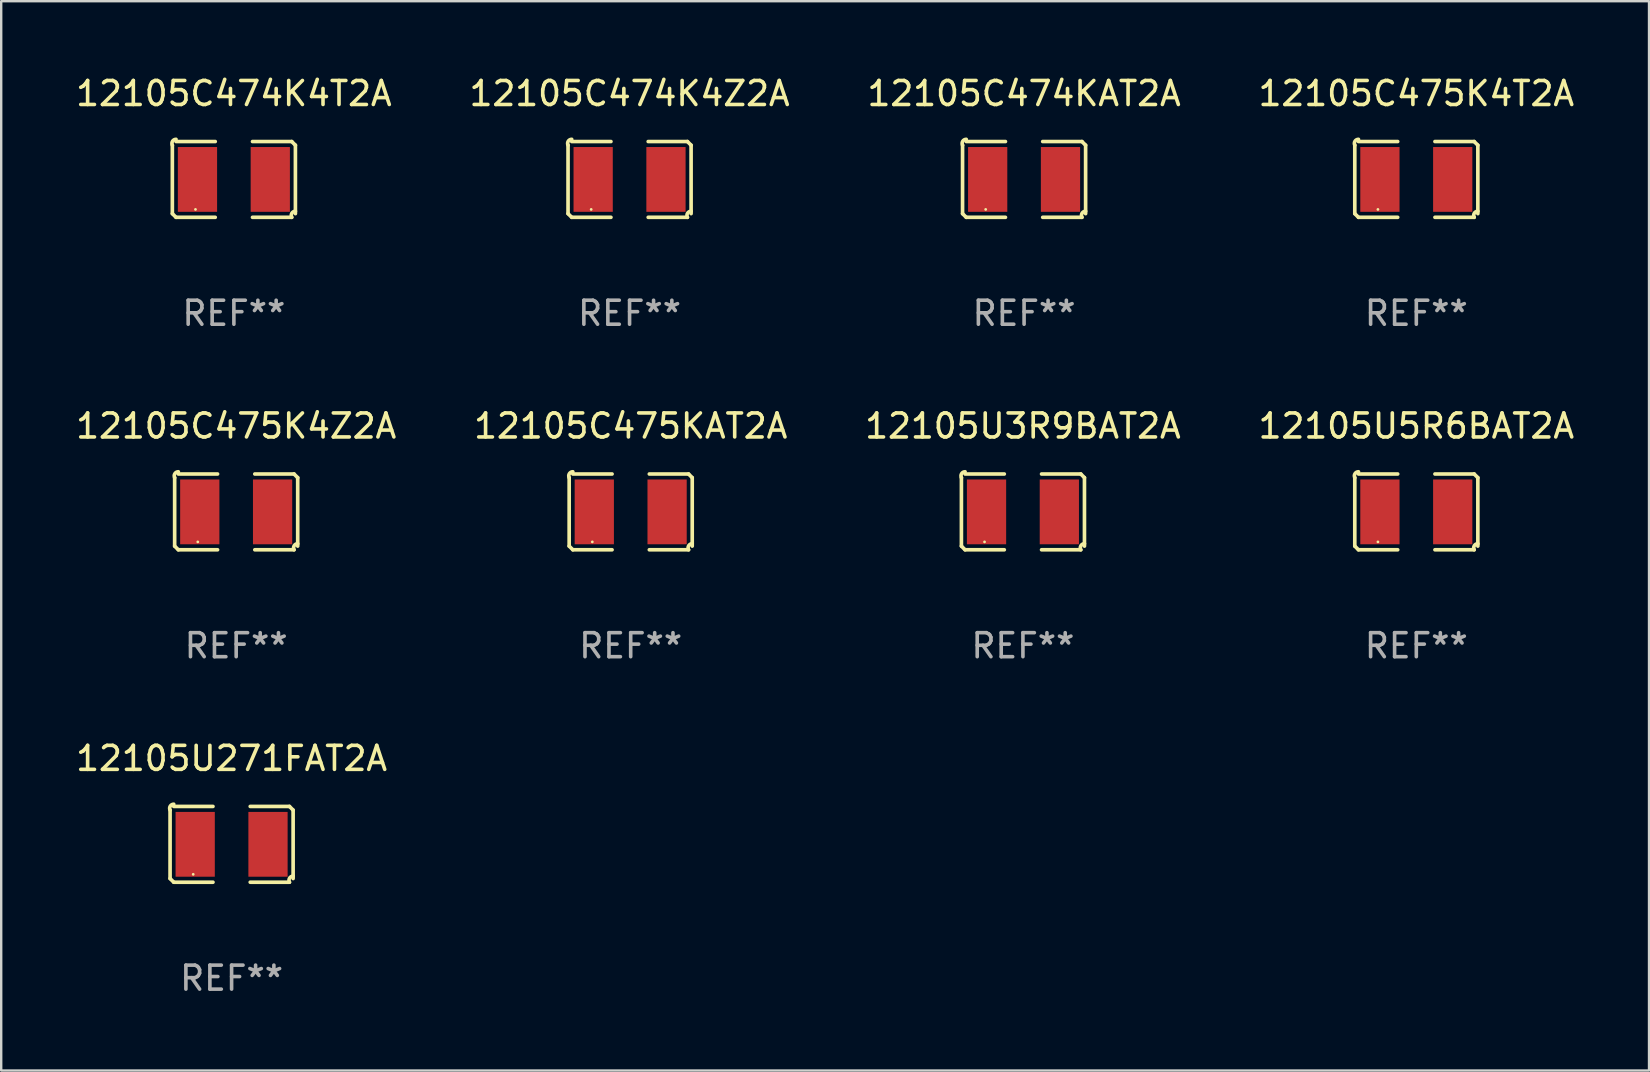
<source format=kicad_pcb>
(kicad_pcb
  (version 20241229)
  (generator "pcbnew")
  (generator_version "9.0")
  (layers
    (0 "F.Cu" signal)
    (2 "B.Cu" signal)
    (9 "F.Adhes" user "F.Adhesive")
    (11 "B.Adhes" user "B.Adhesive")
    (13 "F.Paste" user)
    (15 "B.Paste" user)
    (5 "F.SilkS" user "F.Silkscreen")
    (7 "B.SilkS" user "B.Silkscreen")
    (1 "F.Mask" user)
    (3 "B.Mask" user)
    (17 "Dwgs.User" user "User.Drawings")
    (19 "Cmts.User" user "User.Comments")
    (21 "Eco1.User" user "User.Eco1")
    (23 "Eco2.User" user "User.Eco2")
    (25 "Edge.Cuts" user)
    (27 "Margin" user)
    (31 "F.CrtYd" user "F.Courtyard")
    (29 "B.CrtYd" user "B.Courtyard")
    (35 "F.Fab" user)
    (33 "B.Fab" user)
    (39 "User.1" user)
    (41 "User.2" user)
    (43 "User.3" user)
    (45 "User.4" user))
  (footprint "12105U271FAT2A"
    (layer "F.Cu")
    (at 6.601 32.134)
    (property "Reference" "12105U271FAT2A" (at 0 -3.579 0) (layer "F.SilkS") (effects (font (size 1 1) (thickness 0.15))))
    (attr through_hole)
    (fp_line (start -2.564 1.426) (end -2.564 -1.426) (stroke (width 0.152) (type solid)) (layer "F.SilkS"))
    (fp_line (start -2.411 -1.579) (end -0.776 -1.579) (stroke (width 0.152) (type solid)) (layer "F.SilkS"))
    (fp_line (start -0.776 1.579) (end -2.411 1.579) (stroke (width 0.152) (type solid)) (layer "F.SilkS"))
    (fp_line (start 0.776 1.579) (end 2.411 1.579) (stroke (width 0.152) (type solid)) (layer "F.SilkS"))
    (fp_line (start 2.411 -1.579) (end 0.776 -1.579) (stroke (width 0.152) (type solid)) (layer "F.SilkS"))
    (fp_line (start 2.564 1.426) (end 2.564 -1.426) (stroke (width 0.152) (type solid)) (layer "F.SilkS"))
    (fp_arc (start -2.563602 -1.426213) (mid -2.555597 -1.591233) (end -2.411201 -1.671518) (stroke (width 0.1524) (type solid)) (layer "F.SilkS"))
    (fp_arc (start -2.5636 1.426214) (mid -2.487389 1.502402) (end -2.411201 1.578613) (stroke (width 0.1524) (type solid)) (layer "F.SilkS"))
    (fp_arc (start 2.411197 -1.578618) (mid 2.487403 -1.502419) (end 2.563602 -1.426213) (stroke (width 0.1524) (type solid)) (layer "F.SilkS"))
    (fp_arc (start 2.411201 1.578613) (mid 2.416214 1.409455) (end 2.563602 1.32629) (stroke (width 0.1524) (type solid)) (layer "F.SilkS"))
    (fp_circle (center -1.6 1.25) (end -1.57 1.25) (stroke (width 0.06) (type solid)) (fill no) (layer "F.SilkS"))
    (fp_text user "REF**" (at 0 5.579 0) (layer "F.Fab") (effects (font (size 1 1) (thickness 0.15))))
    (pad "1" smd rect (at -1.517 0) (size 1.635 2.7) (layers "F.Cu" "F.Mask" "F.Paste"))
    (pad "2" smd rect (at 1.517 0) (size 1.635 2.7) (layers "F.Cu" "F.Mask" "F.Paste")))
  (footprint "12105U5R6BAT2A"
    (layer "F.Cu")
    (at 55.97 18.281)
    (property "Reference" "12105U5R6BAT2A" (at 0 -3.579 0) (layer "F.SilkS") (effects (font (size 1 1) (thickness 0.15))))
    (attr through_hole)
    (fp_line (start -2.564 1.426) (end -2.564 -1.426) (stroke (width 0.152) (type solid)) (layer "F.SilkS"))
    (fp_line (start -2.411 -1.579) (end -0.776 -1.579) (stroke (width 0.152) (type solid)) (layer "F.SilkS"))
    (fp_line (start -0.776 1.579) (end -2.411 1.579) (stroke (width 0.152) (type solid)) (layer "F.SilkS"))
    (fp_line (start 0.776 1.579) (end 2.411 1.579) (stroke (width 0.152) (type solid)) (layer "F.SilkS"))
    (fp_line (start 2.411 -1.579) (end 0.776 -1.579) (stroke (width 0.152) (type solid)) (layer "F.SilkS"))
    (fp_line (start 2.564 1.426) (end 2.564 -1.426) (stroke (width 0.152) (type solid)) (layer "F.SilkS"))
    (fp_arc (start -2.563602 -1.426213) (mid -2.555597 -1.591233) (end -2.411201 -1.671518) (stroke (width 0.1524) (type solid)) (layer "F.SilkS"))
    (fp_arc (start -2.5636 1.426214) (mid -2.487389 1.502402) (end -2.411201 1.578613) (stroke (width 0.1524) (type solid)) (layer "F.SilkS"))
    (fp_arc (start 2.411197 -1.578618) (mid 2.487403 -1.502419) (end 2.563602 -1.426213) (stroke (width 0.1524) (type solid)) (layer "F.SilkS"))
    (fp_arc (start 2.411201 1.578613) (mid 2.416214 1.409455) (end 2.563602 1.32629) (stroke (width 0.1524) (type solid)) (layer "F.SilkS"))
    (fp_circle (center -1.6 1.25) (end -1.57 1.25) (stroke (width 0.06) (type solid)) (fill no) (layer "F.SilkS"))
    (fp_text user "REF**" (at 0 5.579 0) (layer "F.Fab") (effects (font (size 1 1) (thickness 0.15))))
    (pad "1" smd rect (at -1.517 0) (size 1.635 2.7) (layers "F.Cu" "F.Mask" "F.Paste"))
    (pad "2" smd rect (at 1.517 0) (size 1.635 2.7) (layers "F.Cu" "F.Mask" "F.Paste")))
  (footprint "12105C475KAT2A"
    (layer "F.Cu")
    (at 23.232 18.281)
    (property "Reference" "12105C475KAT2A" (at 0 -3.579 0) (layer "F.SilkS") (effects (font (size 1 1) (thickness 0.15))))
    (attr through_hole)
    (fp_line (start -2.564 1.426) (end -2.564 -1.426) (stroke (width 0.152) (type solid)) (layer "F.SilkS"))
    (fp_line (start -2.411 -1.579) (end -0.776 -1.579) (stroke (width 0.152) (type solid)) (layer "F.SilkS"))
    (fp_line (start -0.776 1.579) (end -2.411 1.579) (stroke (width 0.152) (type solid)) (layer "F.SilkS"))
    (fp_line (start 0.776 1.579) (end 2.411 1.579) (stroke (width 0.152) (type solid)) (layer "F.SilkS"))
    (fp_line (start 2.411 -1.579) (end 0.776 -1.579) (stroke (width 0.152) (type solid)) (layer "F.SilkS"))
    (fp_line (start 2.564 1.426) (end 2.564 -1.426) (stroke (width 0.152) (type solid)) (layer "F.SilkS"))
    (fp_arc (start -2.563602 -1.426213) (mid -2.555597 -1.591233) (end -2.411201 -1.671518) (stroke (width 0.1524) (type solid)) (layer "F.SilkS"))
    (fp_arc (start -2.5636 1.426214) (mid -2.487389 1.502402) (end -2.411201 1.578613) (stroke (width 0.1524) (type solid)) (layer "F.SilkS"))
    (fp_arc (start 2.411197 -1.578618) (mid 2.487403 -1.502419) (end 2.563602 -1.426213) (stroke (width 0.1524) (type solid)) (layer "F.SilkS"))
    (fp_arc (start 2.411201 1.578613) (mid 2.416214 1.409455) (end 2.563602 1.32629) (stroke (width 0.1524) (type solid)) (layer "F.SilkS"))
    (fp_circle (center -1.6 1.25) (end -1.57 1.25) (stroke (width 0.06) (type solid)) (fill no) (layer "F.SilkS"))
    (fp_text user "REF**" (at 0 5.579 0) (layer "F.Fab") (effects (font (size 1 1) (thickness 0.15))))
    (pad "1" smd rect (at -1.517 0) (size 1.635 2.7) (layers "F.Cu" "F.Mask" "F.Paste"))
    (pad "2" smd rect (at 1.517 0) (size 1.635 2.7) (layers "F.Cu" "F.Mask" "F.Paste")))
  (footprint "12105C474KAT2A"
    (layer "F.Cu")
    (at 39.625 4.427)
    (property "Reference" "12105C474KAT2A" (at 0 -3.579 0) (layer "F.SilkS") (effects (font (size 1 1) (thickness 0.15))))
    (attr through_hole)
    (fp_line (start -2.564 1.426) (end -2.564 -1.426) (stroke (width 0.152) (type solid)) (layer "F.SilkS"))
    (fp_line (start -2.411 -1.579) (end -0.776 -1.579) (stroke (width 0.152) (type solid)) (layer "F.SilkS"))
    (fp_line (start -0.776 1.579) (end -2.411 1.579) (stroke (width 0.152) (type solid)) (layer "F.SilkS"))
    (fp_line (start 0.776 1.579) (end 2.411 1.579) (stroke (width 0.152) (type solid)) (layer "F.SilkS"))
    (fp_line (start 2.411 -1.579) (end 0.776 -1.579) (stroke (width 0.152) (type solid)) (layer "F.SilkS"))
    (fp_line (start 2.564 1.426) (end 2.564 -1.426) (stroke (width 0.152) (type solid)) (layer "F.SilkS"))
    (fp_arc (start -2.563602 -1.426213) (mid -2.555597 -1.591233) (end -2.411201 -1.671518) (stroke (width 0.1524) (type solid)) (layer "F.SilkS"))
    (fp_arc (start -2.5636 1.426214) (mid -2.487389 1.502402) (end -2.411201 1.578613) (stroke (width 0.1524) (type solid)) (layer "F.SilkS"))
    (fp_arc (start 2.411197 -1.578618) (mid 2.487403 -1.502419) (end 2.563602 -1.426213) (stroke (width 0.1524) (type solid)) (layer "F.SilkS"))
    (fp_arc (start 2.411201 1.578613) (mid 2.416214 1.409455) (end 2.563602 1.32629) (stroke (width 0.1524) (type solid)) (layer "F.SilkS"))
    (fp_circle (center -1.6 1.25) (end -1.57 1.25) (stroke (width 0.06) (type solid)) (fill no) (layer "F.SilkS"))
    (fp_text user "REF**" (at 0 5.579 0) (layer "F.Fab") (effects (font (size 1 1) (thickness 0.15))))
    (pad "1" smd rect (at -1.517 0) (size 1.635 2.7) (layers "F.Cu" "F.Mask" "F.Paste"))
    (pad "2" smd rect (at 1.517 0) (size 1.635 2.7) (layers "F.Cu" "F.Mask" "F.Paste")))
  (footprint "12105C474K4T2A"
    (layer "F.Cu")
    (at 6.696 4.427)
    (property "Reference" "12105C474K4T2A" (at 0 -3.579 0) (layer "F.SilkS") (effects (font (size 1 1) (thickness 0.15))))
    (attr through_hole)
    (fp_line (start -2.564 1.426) (end -2.564 -1.426) (stroke (width 0.152) (type solid)) (layer "F.SilkS"))
    (fp_line (start -2.411 -1.579) (end -0.776 -1.579) (stroke (width 0.152) (type solid)) (layer "F.SilkS"))
    (fp_line (start -0.776 1.579) (end -2.411 1.579) (stroke (width 0.152) (type solid)) (layer "F.SilkS"))
    (fp_line (start 0.776 1.579) (end 2.411 1.579) (stroke (width 0.152) (type solid)) (layer "F.SilkS"))
    (fp_line (start 2.411 -1.579) (end 0.776 -1.579) (stroke (width 0.152) (type solid)) (layer "F.SilkS"))
    (fp_line (start 2.564 1.426) (end 2.564 -1.426) (stroke (width 0.152) (type solid)) (layer "F.SilkS"))
    (fp_arc (start -2.563602 -1.426213) (mid -2.555597 -1.591233) (end -2.411201 -1.671518) (stroke (width 0.1524) (type solid)) (layer "F.SilkS"))
    (fp_arc (start -2.5636 1.426214) (mid -2.487389 1.502402) (end -2.411201 1.578613) (stroke (width 0.1524) (type solid)) (layer "F.SilkS"))
    (fp_arc (start 2.411197 -1.578618) (mid 2.487403 -1.502419) (end 2.563602 -1.426213) (stroke (width 0.1524) (type solid)) (layer "F.SilkS"))
    (fp_arc (start 2.411201 1.578613) (mid 2.416214 1.409455) (end 2.563602 1.32629) (stroke (width 0.1524) (type solid)) (layer "F.SilkS"))
    (fp_circle (center -1.6 1.25) (end -1.57 1.25) (stroke (width 0.06) (type solid)) (fill no) (layer "F.SilkS"))
    (fp_text user "REF**" (at 0 5.579 0) (layer "F.Fab") (effects (font (size 1 1) (thickness 0.15))))
    (pad "1" smd rect (at -1.517 0) (size 1.635 2.7) (layers "F.Cu" "F.Mask" "F.Paste"))
    (pad "2" smd rect (at 1.517 0) (size 1.635 2.7) (layers "F.Cu" "F.Mask" "F.Paste")))
  (footprint "12105U3R9BAT2A"
    (layer "F.Cu")
    (at 39.577 18.281)
    (property "Reference" "12105U3R9BAT2A" (at 0 -3.579 0) (layer "F.SilkS") (effects (font (size 1 1) (thickness 0.15))))
    (attr through_hole)
    (fp_line (start -2.564 1.426) (end -2.564 -1.426) (stroke (width 0.152) (type solid)) (layer "F.SilkS"))
    (fp_line (start -2.411 -1.579) (end -0.776 -1.579) (stroke (width 0.152) (type solid)) (layer "F.SilkS"))
    (fp_line (start -0.776 1.579) (end -2.411 1.579) (stroke (width 0.152) (type solid)) (layer "F.SilkS"))
    (fp_line (start 0.776 1.579) (end 2.411 1.579) (stroke (width 0.152) (type solid)) (layer "F.SilkS"))
    (fp_line (start 2.411 -1.579) (end 0.776 -1.579) (stroke (width 0.152) (type solid)) (layer "F.SilkS"))
    (fp_line (start 2.564 1.426) (end 2.564 -1.426) (stroke (width 0.152) (type solid)) (layer "F.SilkS"))
    (fp_arc (start -2.563602 -1.426213) (mid -2.555597 -1.591233) (end -2.411201 -1.671518) (stroke (width 0.1524) (type solid)) (layer "F.SilkS"))
    (fp_arc (start -2.5636 1.426214) (mid -2.487389 1.502402) (end -2.411201 1.578613) (stroke (width 0.1524) (type solid)) (layer "F.SilkS"))
    (fp_arc (start 2.411197 -1.578618) (mid 2.487403 -1.502419) (end 2.563602 -1.426213) (stroke (width 0.1524) (type solid)) (layer "F.SilkS"))
    (fp_arc (start 2.411201 1.578613) (mid 2.416214 1.409455) (end 2.563602 1.32629) (stroke (width 0.1524) (type solid)) (layer "F.SilkS"))
    (fp_circle (center -1.6 1.25) (end -1.57 1.25) (stroke (width 0.06) (type solid)) (fill no) (layer "F.SilkS"))
    (fp_text user "REF**" (at 0 5.579 0) (layer "F.Fab") (effects (font (size 1 1) (thickness 0.15))))
    (pad "1" smd rect (at -1.517 0) (size 1.635 2.7) (layers "F.Cu" "F.Mask" "F.Paste"))
    (pad "2" smd rect (at 1.517 0) (size 1.635 2.7) (layers "F.Cu" "F.Mask" "F.Paste")))
  (footprint "12105C475K4Z2A"
    (layer "F.Cu")
    (at 6.792 18.281)
    (property "Reference" "12105C475K4Z2A" (at 0 -3.579 0) (layer "F.SilkS") (effects (font (size 1 1) (thickness 0.15))))
    (attr through_hole)
    (fp_line (start -2.564 1.426) (end -2.564 -1.426) (stroke (width 0.152) (type solid)) (layer "F.SilkS"))
    (fp_line (start -2.411 -1.579) (end -0.776 -1.579) (stroke (width 0.152) (type solid)) (layer "F.SilkS"))
    (fp_line (start -0.776 1.579) (end -2.411 1.579) (stroke (width 0.152) (type solid)) (layer "F.SilkS"))
    (fp_line (start 0.776 1.579) (end 2.411 1.579) (stroke (width 0.152) (type solid)) (layer "F.SilkS"))
    (fp_line (start 2.411 -1.579) (end 0.776 -1.579) (stroke (width 0.152) (type solid)) (layer "F.SilkS"))
    (fp_line (start 2.564 1.426) (end 2.564 -1.426) (stroke (width 0.152) (type solid)) (layer "F.SilkS"))
    (fp_arc (start -2.563602 -1.426213) (mid -2.555597 -1.591233) (end -2.411201 -1.671518) (stroke (width 0.1524) (type solid)) (layer "F.SilkS"))
    (fp_arc (start -2.5636 1.426214) (mid -2.487389 1.502402) (end -2.411201 1.578613) (stroke (width 0.1524) (type solid)) (layer "F.SilkS"))
    (fp_arc (start 2.411197 -1.578618) (mid 2.487403 -1.502419) (end 2.563602 -1.426213) (stroke (width 0.1524) (type solid)) (layer "F.SilkS"))
    (fp_arc (start 2.411201 1.578613) (mid 2.416214 1.409455) (end 2.563602 1.32629) (stroke (width 0.1524) (type solid)) (layer "F.SilkS"))
    (fp_circle (center -1.6 1.25) (end -1.57 1.25) (stroke (width 0.06) (type solid)) (fill no) (layer "F.SilkS"))
    (fp_text user "REF**" (at 0 5.579 0) (layer "F.Fab") (effects (font (size 1 1) (thickness 0.15))))
    (pad "1" smd rect (at -1.517 0) (size 1.635 2.7) (layers "F.Cu" "F.Mask" "F.Paste"))
    (pad "2" smd rect (at 1.517 0) (size 1.635 2.7) (layers "F.Cu" "F.Mask" "F.Paste")))
  (footprint "12105C475K4T2A"
    (layer "F.Cu")
    (at 55.97 4.427)
    (property "Reference" "12105C475K4T2A" (at 0 -3.579 0) (layer "F.SilkS") (effects (font (size 1 1) (thickness 0.15))))
    (attr through_hole)
    (fp_line (start -2.564 1.426) (end -2.564 -1.426) (stroke (width 0.152) (type solid)) (layer "F.SilkS"))
    (fp_line (start -2.411 -1.579) (end -0.776 -1.579) (stroke (width 0.152) (type solid)) (layer "F.SilkS"))
    (fp_line (start -0.776 1.579) (end -2.411 1.579) (stroke (width 0.152) (type solid)) (layer "F.SilkS"))
    (fp_line (start 0.776 1.579) (end 2.411 1.579) (stroke (width 0.152) (type solid)) (layer "F.SilkS"))
    (fp_line (start 2.411 -1.579) (end 0.776 -1.579) (stroke (width 0.152) (type solid)) (layer "F.SilkS"))
    (fp_line (start 2.564 1.426) (end 2.564 -1.426) (stroke (width 0.152) (type solid)) (layer "F.SilkS"))
    (fp_arc (start -2.563602 -1.426213) (mid -2.555597 -1.591233) (end -2.411201 -1.671518) (stroke (width 0.1524) (type solid)) (layer "F.SilkS"))
    (fp_arc (start -2.5636 1.426214) (mid -2.487389 1.502402) (end -2.411201 1.578613) (stroke (width 0.1524) (type solid)) (layer "F.SilkS"))
    (fp_arc (start 2.411197 -1.578618) (mid 2.487403 -1.502419) (end 2.563602 -1.426213) (stroke (width 0.1524) (type solid)) (layer "F.SilkS"))
    (fp_arc (start 2.411201 1.578613) (mid 2.416214 1.409455) (end 2.563602 1.32629) (stroke (width 0.1524) (type solid)) (layer "F.SilkS"))
    (fp_circle (center -1.6 1.25) (end -1.57 1.25) (stroke (width 0.06) (type solid)) (fill no) (layer "F.SilkS"))
    (fp_text user "REF**" (at 0 5.579 0) (layer "F.Fab") (effects (font (size 1 1) (thickness 0.15))))
    (pad "1" smd rect (at -1.517 0) (size 1.635 2.7) (layers "F.Cu" "F.Mask" "F.Paste"))
    (pad "2" smd rect (at 1.517 0) (size 1.635 2.7) (layers "F.Cu" "F.Mask" "F.Paste")))
  (footprint "12105C474K4Z2A"
    (layer "F.Cu")
    (at 23.185 4.427)
    (property "Reference" "12105C474K4Z2A" (at 0 -3.579 0) (layer "F.SilkS") (effects (font (size 1 1) (thickness 0.15))))
    (attr through_hole)
    (fp_line (start -2.564 1.426) (end -2.564 -1.426) (stroke (width 0.152) (type solid)) (layer "F.SilkS"))
    (fp_line (start -2.411 -1.579) (end -0.776 -1.579) (stroke (width 0.152) (type solid)) (layer "F.SilkS"))
    (fp_line (start -0.776 1.579) (end -2.411 1.579) (stroke (width 0.152) (type solid)) (layer "F.SilkS"))
    (fp_line (start 0.776 1.579) (end 2.411 1.579) (stroke (width 0.152) (type solid)) (layer "F.SilkS"))
    (fp_line (start 2.411 -1.579) (end 0.776 -1.579) (stroke (width 0.152) (type solid)) (layer "F.SilkS"))
    (fp_line (start 2.564 1.426) (end 2.564 -1.426) (stroke (width 0.152) (type solid)) (layer "F.SilkS"))
    (fp_arc (start -2.563602 -1.426213) (mid -2.555597 -1.591233) (end -2.411201 -1.671518) (stroke (width 0.1524) (type solid)) (layer "F.SilkS"))
    (fp_arc (start -2.5636 1.426214) (mid -2.487389 1.502402) (end -2.411201 1.578613) (stroke (width 0.1524) (type solid)) (layer "F.SilkS"))
    (fp_arc (start 2.411197 -1.578618) (mid 2.487403 -1.502419) (end 2.563602 -1.426213) (stroke (width 0.1524) (type solid)) (layer "F.SilkS"))
    (fp_arc (start 2.411201 1.578613) (mid 2.416214 1.409455) (end 2.563602 1.32629) (stroke (width 0.1524) (type solid)) (layer "F.SilkS"))
    (fp_circle (center -1.6 1.25) (end -1.57 1.25) (stroke (width 0.06) (type solid)) (fill no) (layer "F.SilkS"))
    (fp_text user "REF**" (at 0 5.579 0) (layer "F.Fab") (effects (font (size 1 1) (thickness 0.15))))
    (pad "1" smd rect (at -1.517 0) (size 1.635 2.7) (layers "F.Cu" "F.Mask" "F.Paste"))
    (pad "2" smd rect (at 1.517 0) (size 1.635 2.7) (layers "F.Cu" "F.Mask" "F.Paste")))
  (gr_rect
    (start -3 -3)
    (end 65.667 41.561)
    (stroke (width 0.1) (type default))
    (fill no)
    (layer "Edge.Cuts")))
</source>
